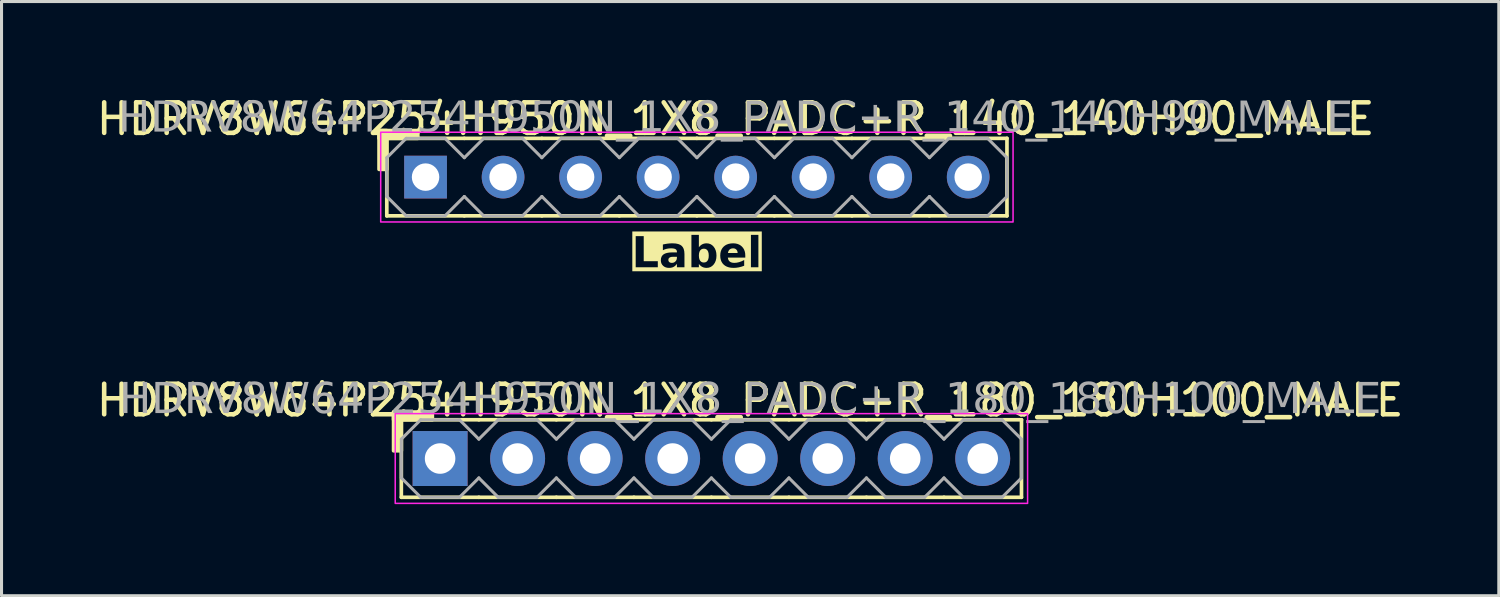
<source format=kicad_pcb>
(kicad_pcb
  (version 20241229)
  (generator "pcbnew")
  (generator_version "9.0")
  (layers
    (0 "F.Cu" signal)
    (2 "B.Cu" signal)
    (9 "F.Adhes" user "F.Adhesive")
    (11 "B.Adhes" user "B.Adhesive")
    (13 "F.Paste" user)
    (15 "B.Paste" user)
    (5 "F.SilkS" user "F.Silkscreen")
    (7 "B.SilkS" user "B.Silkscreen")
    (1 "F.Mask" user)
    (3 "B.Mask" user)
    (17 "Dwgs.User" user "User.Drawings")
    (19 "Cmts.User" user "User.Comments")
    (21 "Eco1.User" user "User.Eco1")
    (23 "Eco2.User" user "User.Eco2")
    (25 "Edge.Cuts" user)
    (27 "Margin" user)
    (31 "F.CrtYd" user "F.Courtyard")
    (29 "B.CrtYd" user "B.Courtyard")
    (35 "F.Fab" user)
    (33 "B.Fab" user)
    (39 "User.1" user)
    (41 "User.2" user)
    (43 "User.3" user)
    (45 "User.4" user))
  (footprint "HDRV8W64P254H950N_1X8_PADC+R_140_140H90_MALE"
    (layer "F.Cu")
    (at 19.784 2.753)
    (property "Reference" "HDRV8W64P254H950N_1X8_PADC+R_140_140H90_MALE" (at 1.27 -1.905 0) (layer "F.SilkS") (effects (font (size 1 1) (thickness 0.15))))
    (property "Label" "Label" (at 0 2.54 0) (layer "F.SilkS" knockout) (effects (font (face "Tahoma") (size 1 1) (thickness 0.2) (bold yes))))
    (attr through_hole)
    (fp_line (start -10.16 1.27) (end -10.16 -1.27) (stroke (width 0.12) (type solid)) (layer "F.SilkS"))
    (fp_line (start -7.62 -1.27) (end -10.16 -1.27) (stroke (width 0.12) (type solid)) (layer "F.SilkS"))
    (fp_line (start -7.62 1.27) (end -10.16 1.27) (stroke (width 0.12) (type solid)) (layer "F.SilkS"))
    (fp_line (start -5.08 -1.27) (end -7.62 -1.27) (stroke (width 0.12) (type solid)) (layer "F.SilkS"))
    (fp_line (start -5.08 1.27) (end -7.62 1.27) (stroke (width 0.12) (type solid)) (layer "F.SilkS"))
    (fp_line (start -2.54 -1.27) (end -5.08 -1.27) (stroke (width 0.12) (type solid)) (layer "F.SilkS"))
    (fp_line (start -2.54 1.27) (end -5.08 1.27) (stroke (width 0.12) (type solid)) (layer "F.SilkS"))
    (fp_line (start 0 -1.27) (end -2.54 -1.27) (stroke (width 0.12) (type solid)) (layer "F.SilkS"))
    (fp_line (start 0 1.27) (end -2.54 1.27) (stroke (width 0.12) (type solid)) (layer "F.SilkS"))
    (fp_line (start 2.54 -1.27) (end 0 -1.27) (stroke (width 0.12) (type solid)) (layer "F.SilkS"))
    (fp_line (start 2.54 1.27) (end 0 1.27) (stroke (width 0.12) (type solid)) (layer "F.SilkS"))
    (fp_line (start 5.08 -1.27) (end 2.54 -1.27) (stroke (width 0.12) (type solid)) (layer "F.SilkS"))
    (fp_line (start 5.08 1.27) (end 2.54 1.27) (stroke (width 0.12) (type solid)) (layer "F.SilkS"))
    (fp_line (start 7.62 -1.27) (end 5.08 -1.27) (stroke (width 0.12) (type solid)) (layer "F.SilkS"))
    (fp_line (start 7.62 1.27) (end 5.08 1.27) (stroke (width 0.12) (type solid)) (layer "F.SilkS"))
    (fp_line (start 10.16 -1.27) (end 7.62 -1.27) (stroke (width 0.12) (type solid)) (layer "F.SilkS"))
    (fp_line (start 10.16 1.27) (end 7.62 1.27) (stroke (width 0.12) (type solid)) (layer "F.SilkS"))
    (fp_line (start 10.16 1.27) (end 10.16 -1.27) (stroke (width 0.12) (type solid)) (layer "F.SilkS"))
    (fp_rect (start -10.414 -0.254) (end -10.16 -1.524) (stroke (width 0.12) (type solid)) (fill yes) (layer "F.SilkS"))
    (fp_rect (start -9.144 -1.27) (end -10.414 -1.524) (stroke (width 0.12) (type solid)) (fill yes) (layer "F.SilkS"))
    (fp_rect (start -10.36 -1.47) (end 10.36 1.47) (stroke (width 0.05) (type default)) (fill no) (layer "F.CrtYd"))
    (fp_line (start -10.16 -0.635) (end -10.16 0.635) (stroke (width 0.1) (type solid)) (layer "F.Fab"))
    (fp_line (start -10.16 -0.635) (end -9.525 -1.27) (stroke (width 0.1) (type solid)) (layer "F.Fab"))
    (fp_line (start -9.525 -1.27) (end -8.255 -1.27) (stroke (width 0.1) (type solid)) (layer "F.Fab"))
    (fp_line (start -9.525 1.27) (end -10.16 0.635) (stroke (width 0.1) (type solid)) (layer "F.Fab"))
    (fp_line (start -8.255 -1.27) (end -7.62 -0.635) (stroke (width 0.1) (type solid)) (layer "F.Fab"))
    (fp_line (start -8.255 1.27) (end -9.525 1.27) (stroke (width 0.1) (type solid)) (layer "F.Fab"))
    (fp_line (start -7.62 -0.635) (end -6.985 -1.27) (stroke (width 0.1) (type solid)) (layer "F.Fab"))
    (fp_line (start -7.62 0.635) (end -8.255 1.27) (stroke (width 0.1) (type solid)) (layer "F.Fab"))
    (fp_line (start -6.985 -1.27) (end -5.715 -1.27) (stroke (width 0.1) (type solid)) (layer "F.Fab"))
    (fp_line (start -6.985 1.27) (end -7.62 0.635) (stroke (width 0.1) (type solid)) (layer "F.Fab"))
    (fp_line (start -5.715 -1.27) (end -5.08 -0.635) (stroke (width 0.1) (type solid)) (layer "F.Fab"))
    (fp_line (start -5.715 1.27) (end -6.985 1.27) (stroke (width 0.1) (type solid)) (layer "F.Fab"))
    (fp_line (start -5.08 -0.635) (end -4.445 -1.27) (stroke (width 0.1) (type solid)) (layer "F.Fab"))
    (fp_line (start -5.08 0.635) (end -5.715 1.27) (stroke (width 0.1) (type solid)) (layer "F.Fab"))
    (fp_line (start -4.445 -1.27) (end -3.175 -1.27) (stroke (width 0.1) (type solid)) (layer "F.Fab"))
    (fp_line (start -4.445 1.27) (end -5.08 0.635) (stroke (width 0.1) (type solid)) (layer "F.Fab"))
    (fp_line (start -3.175 -1.27) (end -2.54 -0.635) (stroke (width 0.1) (type solid)) (layer "F.Fab"))
    (fp_line (start -3.175 1.27) (end -4.445 1.27) (stroke (width 0.1) (type solid)) (layer "F.Fab"))
    (fp_line (start -2.54 -0.635) (end -1.905 -1.27) (stroke (width 0.1) (type solid)) (layer "F.Fab"))
    (fp_line (start -2.54 0.635) (end -3.175 1.27) (stroke (width 0.1) (type solid)) (layer "F.Fab"))
    (fp_line (start -1.905 -1.27) (end -0.635 -1.27) (stroke (width 0.1) (type solid)) (layer "F.Fab"))
    (fp_line (start -1.905 1.27) (end -2.54 0.635) (stroke (width 0.1) (type solid)) (layer "F.Fab"))
    (fp_line (start -0.635 -1.27) (end 0 -0.635) (stroke (width 0.1) (type solid)) (layer "F.Fab"))
    (fp_line (start -0.635 1.27) (end -1.905 1.27) (stroke (width 0.1) (type solid)) (layer "F.Fab"))
    (fp_line (start 0 -0.635) (end 0.635 -1.27) (stroke (width 0.1) (type solid)) (layer "F.Fab"))
    (fp_line (start 0 0.635) (end -0.635 1.27) (stroke (width 0.1) (type solid)) (layer "F.Fab"))
    (fp_line (start 0.635 -1.27) (end 1.905 -1.27) (stroke (width 0.1) (type solid)) (layer "F.Fab"))
    (fp_line (start 0.635 1.27) (end 0 0.635) (stroke (width 0.1) (type solid)) (layer "F.Fab"))
    (fp_line (start 1.905 -1.27) (end 2.54 -0.635) (stroke (width 0.1) (type solid)) (layer "F.Fab"))
    (fp_line (start 1.905 1.27) (end 0.635 1.27) (stroke (width 0.1) (type solid)) (layer "F.Fab"))
    (fp_line (start 2.54 -0.635) (end 3.175 -1.27) (stroke (width 0.1) (type solid)) (layer "F.Fab"))
    (fp_line (start 2.54 0.635) (end 1.905 1.27) (stroke (width 0.1) (type solid)) (layer "F.Fab"))
    (fp_line (start 3.175 -1.27) (end 4.445 -1.27) (stroke (width 0.1) (type solid)) (layer "F.Fab"))
    (fp_line (start 3.175 1.27) (end 2.54 0.635) (stroke (width 0.1) (type solid)) (layer "F.Fab"))
    (fp_line (start 4.445 -1.27) (end 5.08 -0.635) (stroke (width 0.1) (type solid)) (layer "F.Fab"))
    (fp_line (start 4.445 1.27) (end 3.175 1.27) (stroke (width 0.1) (type solid)) (layer "F.Fab"))
    (fp_line (start 5.08 -0.635) (end 5.715 -1.27) (stroke (width 0.1) (type solid)) (layer "F.Fab"))
    (fp_line (start 5.08 0.635) (end 4.445 1.27) (stroke (width 0.1) (type solid)) (layer "F.Fab"))
    (fp_line (start 5.715 -1.27) (end 6.985 -1.27) (stroke (width 0.1) (type solid)) (layer "F.Fab"))
    (fp_line (start 5.715 1.27) (end 5.08 0.635) (stroke (width 0.1) (type solid)) (layer "F.Fab"))
    (fp_line (start 6.985 -1.27) (end 7.62 -0.635) (stroke (width 0.1) (type solid)) (layer "F.Fab"))
    (fp_line (start 6.985 1.27) (end 5.715 1.27) (stroke (width 0.1) (type solid)) (layer "F.Fab"))
    (fp_line (start 7.62 -0.635) (end 8.255 -1.27) (stroke (width 0.1) (type solid)) (layer "F.Fab"))
    (fp_line (start 7.62 0.635) (end 6.985 1.27) (stroke (width 0.1) (type solid)) (layer "F.Fab"))
    (fp_line (start 8.255 -1.27) (end 9.525 -1.27) (stroke (width 0.1) (type solid)) (layer "F.Fab"))
    (fp_line (start 8.255 1.27) (end 7.62 0.635) (stroke (width 0.1) (type solid)) (layer "F.Fab"))
    (fp_line (start 9.525 -1.27) (end 10.16 -0.635) (stroke (width 0.1) (type solid)) (layer "F.Fab"))
    (fp_line (start 9.525 1.27) (end 8.255 1.27) (stroke (width 0.1) (type solid)) (layer "F.Fab"))
    (fp_line (start 10.16 -0.635) (end 10.16 0.635) (stroke (width 0.1) (type solid)) (layer "F.Fab"))
    (fp_line (start 10.16 0.635) (end 9.525 1.27) (stroke (width 0.1) (type solid)) (layer "F.Fab"))
    (fp_rect (start -8.636 -0.254) (end -9.144 0.254) (stroke (width 0.1) (type solid)) (fill no) (layer "F.Fab"))
    (fp_rect (start -6.096 -0.254) (end -6.604 0.254) (stroke (width 0.1) (type solid)) (fill no) (layer "F.Fab"))
    (fp_rect (start -3.556 -0.254) (end -4.064 0.254) (stroke (width 0.1) (type solid)) (fill no) (layer "F.Fab"))
    (fp_rect (start -1.016 -0.254) (end -1.524 0.254) (stroke (width 0.1) (type solid)) (fill no) (layer "F.Fab"))
    (fp_rect (start 1.524 -0.254) (end 1.016 0.254) (stroke (width 0.1) (type solid)) (fill no) (layer "F.Fab"))
    (fp_rect (start 4.064 -0.254) (end 3.556 0.254) (stroke (width 0.1) (type solid)) (fill no) (layer "F.Fab"))
    (fp_rect (start 6.604 -0.254) (end 6.096 0.254) (stroke (width 0.1) (type solid)) (fill no) (layer "F.Fab"))
    (fp_rect (start 9.144 -0.254) (end 8.636 0.254) (stroke (width 0.1) (type solid)) (fill no) (layer "F.Fab"))
    (fp_text user "${REFERENCE}" (at 1.27 -1.905 0) (layer "F.Fab") (effects (font (face "Tahoma") (size 1 1) (thickness 0.15))))
    (pad "1" thru_hole rect (at -8.89 0) (size 1.4 1.4) (drill 0.9) (layers "*.Cu" "*.Mask"))
    (pad "2" thru_hole circle (at -6.35 0) (size 1.4 1.4) (drill 0.9) (layers "*.Cu" "*.Mask"))
    (pad "3" thru_hole circle (at -3.81 0) (size 1.4 1.4) (drill 0.9) (layers "*.Cu" "*.Mask"))
    (pad "4" thru_hole circle (at -1.27 0) (size 1.4 1.4) (drill 0.9) (layers "*.Cu" "*.Mask"))
    (pad "5" thru_hole circle (at 1.27 0) (size 1.4 1.4) (drill 0.9) (layers "*.Cu" "*.Mask"))
    (pad "6" thru_hole circle (at 3.81 0) (size 1.4 1.4) (drill 0.9) (layers "*.Cu" "*.Mask"))
    (pad "7" thru_hole circle (at 6.35 0) (size 1.4 1.4) (drill 0.9) (layers "*.Cu" "*.Mask"))
    (pad "8" thru_hole circle (at 8.89 0) (size 1.4 1.4) (drill 0.9) (layers "*.Cu" "*.Mask")))
  (footprint "HDRV8W64P254H950N_1X8_PADC+R_180_180H100_MALE"
    (layer "F.Cu")
    (at 20.26 11.974)
    (property "Reference" "HDRV8W64P254H950N_1X8_PADC+R_180_180H100_MALE" (at 1.27 -1.905 0) (layer "F.SilkS") (effects (font (size 1 1) (thickness 0.15))))
    (attr through_hole)
    (fp_line (start -10.16 1.27) (end -10.16 -1.27) (stroke (width 0.12) (type solid)) (layer "F.SilkS"))
    (fp_line (start -7.62 -1.27) (end -10.16 -1.27) (stroke (width 0.12) (type solid)) (layer "F.SilkS"))
    (fp_line (start -7.62 1.27) (end -10.16 1.27) (stroke (width 0.12) (type solid)) (layer "F.SilkS"))
    (fp_line (start -5.08 -1.27) (end -7.62 -1.27) (stroke (width 0.12) (type solid)) (layer "F.SilkS"))
    (fp_line (start -5.08 1.27) (end -7.62 1.27) (stroke (width 0.12) (type solid)) (layer "F.SilkS"))
    (fp_line (start -2.54 -1.27) (end -5.08 -1.27) (stroke (width 0.12) (type solid)) (layer "F.SilkS"))
    (fp_line (start -2.54 1.27) (end -5.08 1.27) (stroke (width 0.12) (type solid)) (layer "F.SilkS"))
    (fp_line (start 0 -1.27) (end -2.54 -1.27) (stroke (width 0.12) (type solid)) (layer "F.SilkS"))
    (fp_line (start 0 1.27) (end -2.54 1.27) (stroke (width 0.12) (type solid)) (layer "F.SilkS"))
    (fp_line (start 2.54 -1.27) (end 0 -1.27) (stroke (width 0.12) (type solid)) (layer "F.SilkS"))
    (fp_line (start 2.54 1.27) (end 0 1.27) (stroke (width 0.12) (type solid)) (layer "F.SilkS"))
    (fp_line (start 5.08 -1.27) (end 2.54 -1.27) (stroke (width 0.12) (type solid)) (layer "F.SilkS"))
    (fp_line (start 5.08 1.27) (end 2.54 1.27) (stroke (width 0.12) (type solid)) (layer "F.SilkS"))
    (fp_line (start 7.62 -1.27) (end 5.08 -1.27) (stroke (width 0.12) (type solid)) (layer "F.SilkS"))
    (fp_line (start 7.62 1.27) (end 5.08 1.27) (stroke (width 0.12) (type solid)) (layer "F.SilkS"))
    (fp_line (start 10.16 -1.27) (end 7.62 -1.27) (stroke (width 0.12) (type solid)) (layer "F.SilkS"))
    (fp_line (start 10.16 1.27) (end 7.62 1.27) (stroke (width 0.12) (type solid)) (layer "F.SilkS"))
    (fp_line (start 10.16 1.27) (end 10.16 -1.27) (stroke (width 0.12) (type solid)) (layer "F.SilkS"))
    (fp_rect (start -10.414 -0.254) (end -10.16 -1.524) (stroke (width 0.12) (type solid)) (fill yes) (layer "F.SilkS"))
    (fp_rect (start -9.144 -1.27) (end -10.414 -1.524) (stroke (width 0.12) (type solid)) (fill yes) (layer "F.SilkS"))
    (fp_rect (start -10.36 -1.47) (end 10.36 1.47) (stroke (width 0.05) (type default)) (fill no) (layer "F.CrtYd"))
    (fp_line (start -10.16 -0.635) (end -10.16 0.635) (stroke (width 0.1) (type solid)) (layer "F.Fab"))
    (fp_line (start -10.16 -0.635) (end -9.525 -1.27) (stroke (width 0.1) (type solid)) (layer "F.Fab"))
    (fp_line (start -9.525 -1.27) (end -8.255 -1.27) (stroke (width 0.1) (type solid)) (layer "F.Fab"))
    (fp_line (start -9.525 1.27) (end -10.16 0.635) (stroke (width 0.1) (type solid)) (layer "F.Fab"))
    (fp_line (start -8.255 -1.27) (end -7.62 -0.635) (stroke (width 0.1) (type solid)) (layer "F.Fab"))
    (fp_line (start -8.255 1.27) (end -9.525 1.27) (stroke (width 0.1) (type solid)) (layer "F.Fab"))
    (fp_line (start -7.62 -0.635) (end -6.985 -1.27) (stroke (width 0.1) (type solid)) (layer "F.Fab"))
    (fp_line (start -7.62 0.635) (end -8.255 1.27) (stroke (width 0.1) (type solid)) (layer "F.Fab"))
    (fp_line (start -6.985 -1.27) (end -5.715 -1.27) (stroke (width 0.1) (type solid)) (layer "F.Fab"))
    (fp_line (start -6.985 1.27) (end -7.62 0.635) (stroke (width 0.1) (type solid)) (layer "F.Fab"))
    (fp_line (start -5.715 -1.27) (end -5.08 -0.635) (stroke (width 0.1) (type solid)) (layer "F.Fab"))
    (fp_line (start -5.715 1.27) (end -6.985 1.27) (stroke (width 0.1) (type solid)) (layer "F.Fab"))
    (fp_line (start -5.08 -0.635) (end -4.445 -1.27) (stroke (width 0.1) (type solid)) (layer "F.Fab"))
    (fp_line (start -5.08 0.635) (end -5.715 1.27) (stroke (width 0.1) (type solid)) (layer "F.Fab"))
    (fp_line (start -4.445 -1.27) (end -3.175 -1.27) (stroke (width 0.1) (type solid)) (layer "F.Fab"))
    (fp_line (start -4.445 1.27) (end -5.08 0.635) (stroke (width 0.1) (type solid)) (layer "F.Fab"))
    (fp_line (start -3.175 -1.27) (end -2.54 -0.635) (stroke (width 0.1) (type solid)) (layer "F.Fab"))
    (fp_line (start -3.175 1.27) (end -4.445 1.27) (stroke (width 0.1) (type solid)) (layer "F.Fab"))
    (fp_line (start -2.54 -0.635) (end -1.905 -1.27) (stroke (width 0.1) (type solid)) (layer "F.Fab"))
    (fp_line (start -2.54 0.635) (end -3.175 1.27) (stroke (width 0.1) (type solid)) (layer "F.Fab"))
    (fp_line (start -1.905 -1.27) (end -0.635 -1.27) (stroke (width 0.1) (type solid)) (layer "F.Fab"))
    (fp_line (start -1.905 1.27) (end -2.54 0.635) (stroke (width 0.1) (type solid)) (layer "F.Fab"))
    (fp_line (start -0.635 -1.27) (end 0 -0.635) (stroke (width 0.1) (type solid)) (layer "F.Fab"))
    (fp_line (start -0.635 1.27) (end -1.905 1.27) (stroke (width 0.1) (type solid)) (layer "F.Fab"))
    (fp_line (start 0 -0.635) (end 0.635 -1.27) (stroke (width 0.1) (type solid)) (layer "F.Fab"))
    (fp_line (start 0 0.635) (end -0.635 1.27) (stroke (width 0.1) (type solid)) (layer "F.Fab"))
    (fp_line (start 0.635 -1.27) (end 1.905 -1.27) (stroke (width 0.1) (type solid)) (layer "F.Fab"))
    (fp_line (start 0.635 1.27) (end 0 0.635) (stroke (width 0.1) (type solid)) (layer "F.Fab"))
    (fp_line (start 1.905 -1.27) (end 2.54 -0.635) (stroke (width 0.1) (type solid)) (layer "F.Fab"))
    (fp_line (start 1.905 1.27) (end 0.635 1.27) (stroke (width 0.1) (type solid)) (layer "F.Fab"))
    (fp_line (start 2.54 -0.635) (end 3.175 -1.27) (stroke (width 0.1) (type solid)) (layer "F.Fab"))
    (fp_line (start 2.54 0.635) (end 1.905 1.27) (stroke (width 0.1) (type solid)) (layer "F.Fab"))
    (fp_line (start 3.175 -1.27) (end 4.445 -1.27) (stroke (width 0.1) (type solid)) (layer "F.Fab"))
    (fp_line (start 3.175 1.27) (end 2.54 0.635) (stroke (width 0.1) (type solid)) (layer "F.Fab"))
    (fp_line (start 4.445 -1.27) (end 5.08 -0.635) (stroke (width 0.1) (type solid)) (layer "F.Fab"))
    (fp_line (start 4.445 1.27) (end 3.175 1.27) (stroke (width 0.1) (type solid)) (layer "F.Fab"))
    (fp_line (start 5.08 -0.635) (end 5.715 -1.27) (stroke (width 0.1) (type solid)) (layer "F.Fab"))
    (fp_line (start 5.08 0.635) (end 4.445 1.27) (stroke (width 0.1) (type solid)) (layer "F.Fab"))
    (fp_line (start 5.715 -1.27) (end 6.985 -1.27) (stroke (width 0.1) (type solid)) (layer "F.Fab"))
    (fp_line (start 5.715 1.27) (end 5.08 0.635) (stroke (width 0.1) (type solid)) (layer "F.Fab"))
    (fp_line (start 6.985 -1.27) (end 7.62 -0.635) (stroke (width 0.1) (type solid)) (layer "F.Fab"))
    (fp_line (start 6.985 1.27) (end 5.715 1.27) (stroke (width 0.1) (type solid)) (layer "F.Fab"))
    (fp_line (start 7.62 -0.635) (end 8.255 -1.27) (stroke (width 0.1) (type solid)) (layer "F.Fab"))
    (fp_line (start 7.62 0.635) (end 6.985 1.27) (stroke (width 0.1) (type solid)) (layer "F.Fab"))
    (fp_line (start 8.255 -1.27) (end 9.525 -1.27) (stroke (width 0.1) (type solid)) (layer "F.Fab"))
    (fp_line (start 8.255 1.27) (end 7.62 0.635) (stroke (width 0.1) (type solid)) (layer "F.Fab"))
    (fp_line (start 9.525 -1.27) (end 10.16 -0.635) (stroke (width 0.1) (type solid)) (layer "F.Fab"))
    (fp_line (start 9.525 1.27) (end 8.255 1.27) (stroke (width 0.1) (type solid)) (layer "F.Fab"))
    (fp_line (start 10.16 -0.635) (end 10.16 0.635) (stroke (width 0.1) (type solid)) (layer "F.Fab"))
    (fp_line (start 10.16 0.635) (end 9.525 1.27) (stroke (width 0.1) (type solid)) (layer "F.Fab"))
    (fp_rect (start -8.636 -0.254) (end -9.144 0.254) (stroke (width 0.1) (type solid)) (fill no) (layer "F.Fab"))
    (fp_rect (start -6.096 -0.254) (end -6.604 0.254) (stroke (width 0.1) (type solid)) (fill no) (layer "F.Fab"))
    (fp_rect (start -3.556 -0.254) (end -4.064 0.254) (stroke (width 0.1) (type solid)) (fill no) (layer "F.Fab"))
    (fp_rect (start -1.016 -0.254) (end -1.524 0.254) (stroke (width 0.1) (type solid)) (fill no) (layer "F.Fab"))
    (fp_rect (start 1.524 -0.254) (end 1.016 0.254) (stroke (width 0.1) (type solid)) (fill no) (layer "F.Fab"))
    (fp_rect (start 4.064 -0.254) (end 3.556 0.254) (stroke (width 0.1) (type solid)) (fill no) (layer "F.Fab"))
    (fp_rect (start 6.604 -0.254) (end 6.096 0.254) (stroke (width 0.1) (type solid)) (fill no) (layer "F.Fab"))
    (fp_rect (start 9.144 -0.254) (end 8.636 0.254) (stroke (width 0.1) (type solid)) (fill no) (layer "F.Fab"))
    (fp_text user "${REFERENCE}" (at 1.27 -1.905 0) (layer "F.Fab") (effects (font (face "Tahoma") (size 1 1) (thickness 0.15))))
    (pad "1" thru_hole rect (at -8.89 0) (size 1.8 1.8) (drill 1) (layers "*.Cu" "*.Mask"))
    (pad "2" thru_hole circle (at -6.35 0) (size 1.8 1.8) (drill 1) (layers "*.Cu" "*.Mask"))
    (pad "3" thru_hole circle (at -3.81 0) (size 1.8 1.8) (drill 1) (layers "*.Cu" "*.Mask"))
    (pad "4" thru_hole circle (at -1.27 0) (size 1.8 1.8) (drill 1) (layers "*.Cu" "*.Mask"))
    (pad "5" thru_hole circle (at 1.27 0) (size 1.8 1.8) (drill 1) (layers "*.Cu" "*.Mask"))
    (pad "6" thru_hole circle (at 3.81 0) (size 1.8 1.8) (drill 1) (layers "*.Cu" "*.Mask"))
    (pad "7" thru_hole circle (at 6.35 0) (size 1.8 1.8) (drill 1) (layers "*.Cu" "*.Mask"))
    (pad "8" thru_hole circle (at 8.89 0) (size 1.8 1.8) (drill 1) (layers "*.Cu" "*.Mask")))
  (gr_rect
    (start -3 -3)
    (end 46.06 16.469)
    (stroke (width 0.1) (type default))
    (fill no)
    (layer "Edge.Cuts")))
</source>
